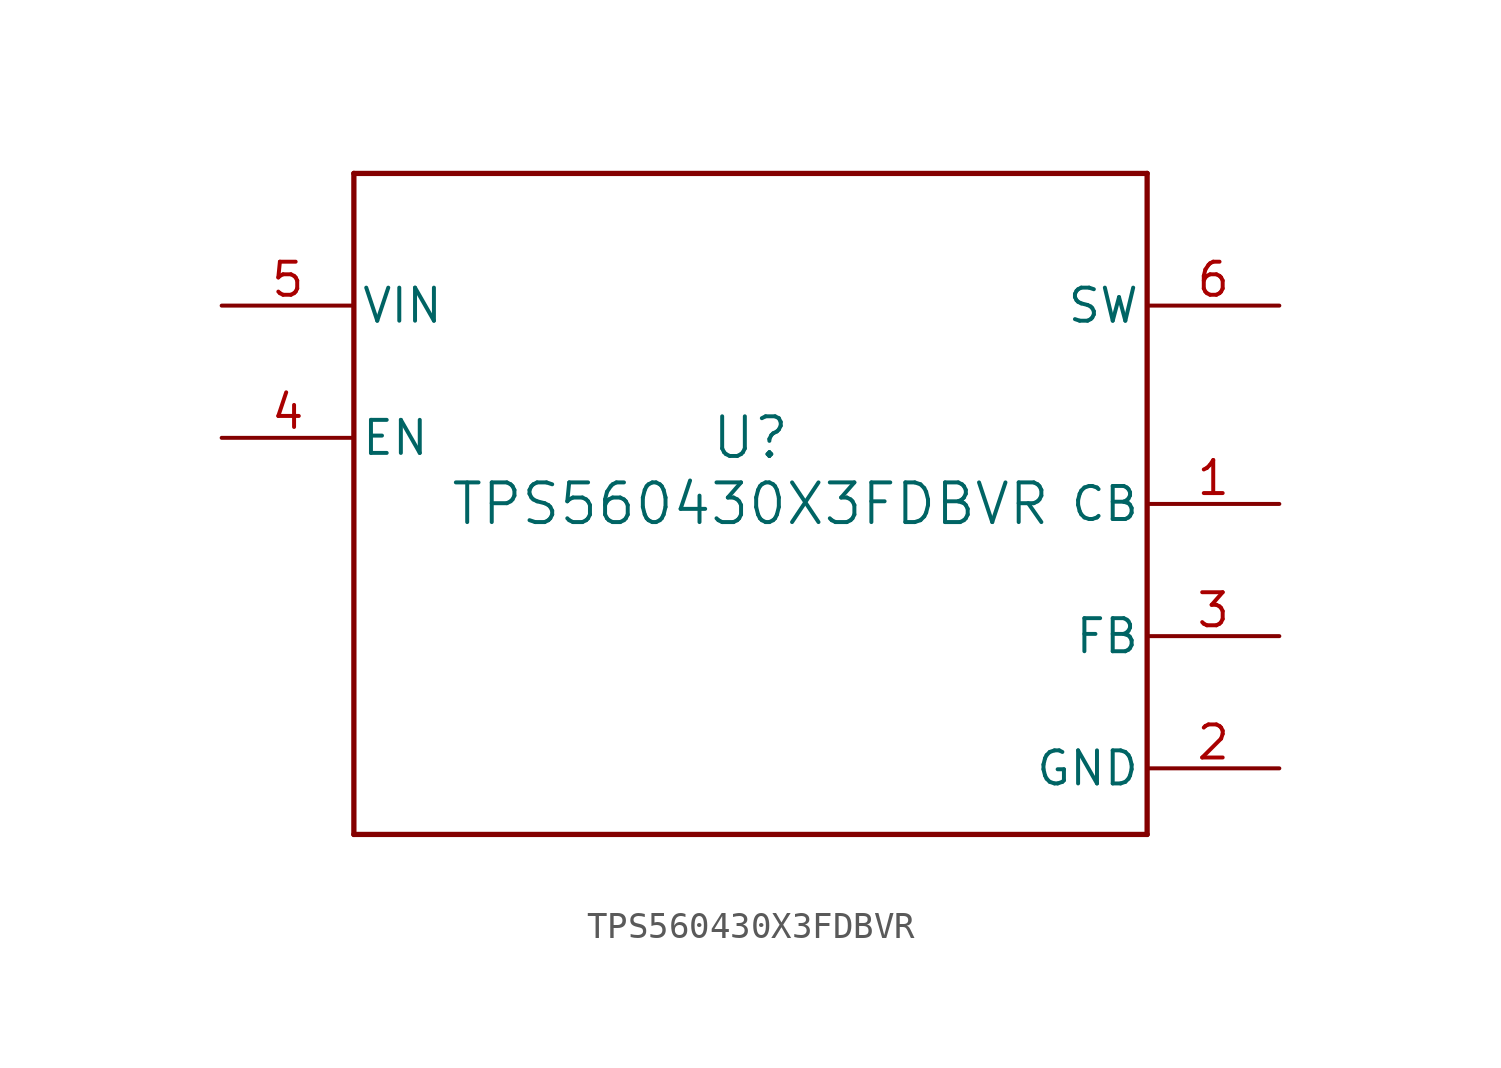
<source format=kicad_sym>
(kicad_symbol_lib
  (version 20211014)
  (generator kicad_symbol_editor)
  (symbol "TPS560430X3FDBVR"
    (pin_names
      (offset 0.254))
    (property "Reference" "U"
      (at 0 2.54 0)
      (effects (font (size 1.524 1.524))))
    (property "Value" "TPS560430X3FDBVR"
      (at 0 0 0)
      (effects (font (size 1.524 1.524))))
    (symbol "TPS560430X3FDBVR_0_1"
      (polyline (pts (xy -15.24 -12.7) (xy 15.24 -12.7)) (stroke (width 0.203) (type default) (color 0 0 0 0)) (fill (type none)))
      (polyline (pts (xy 15.24 -12.7) (xy 15.24 12.7)) (stroke (width 0.203) (type default) (color 0 0 0 0)) (fill (type none)))
      (polyline (pts (xy 15.24 12.7) (xy -15.24 12.7)) (stroke (width 0.203) (type default) (color 0 0 0 0)) (fill (type none)))
      (polyline (pts (xy -15.24 12.7) (xy -15.24 -12.7)) (stroke (width 0.203) (type default) (color 0 0 0 0)) (fill (type none)))
      (pin power_in line (at 20.32 0 180) (length 5.08) (name "CB" (effects (font (size 1.27 1.27)))) (number "1" (effects (font (size 1.27 1.27)))))
      (pin power_in line (at 20.32 -10.16 180) (length 5.08) (name "GND" (effects (font (size 1.27 1.27)))) (number "2" (effects (font (size 1.27 1.27)))))
      (pin input line (at 20.32 -5.08 180) (length 5.08) (name "FB" (effects (font (size 1.27 1.27)))) (number "3" (effects (font (size 1.27 1.27)))))
      (pin input line (at -20.32 2.54 0) (length 5.08) (name "EN" (effects (font (size 1.27 1.27)))) (number "4" (effects (font (size 1.27 1.27)))))
      (pin power_in line (at -20.32 7.62 0) (length 5.08) (name "VIN" (effects (font (size 1.27 1.27)))) (number "5" (effects (font (size 1.27 1.27)))))
      (pin power_in line (at 20.32 7.62 180) (length 5.08) (name "SW" (effects (font (size 1.27 1.27)))) (number "6" (effects (font (size 1.27 1.27))))))))
</source>
